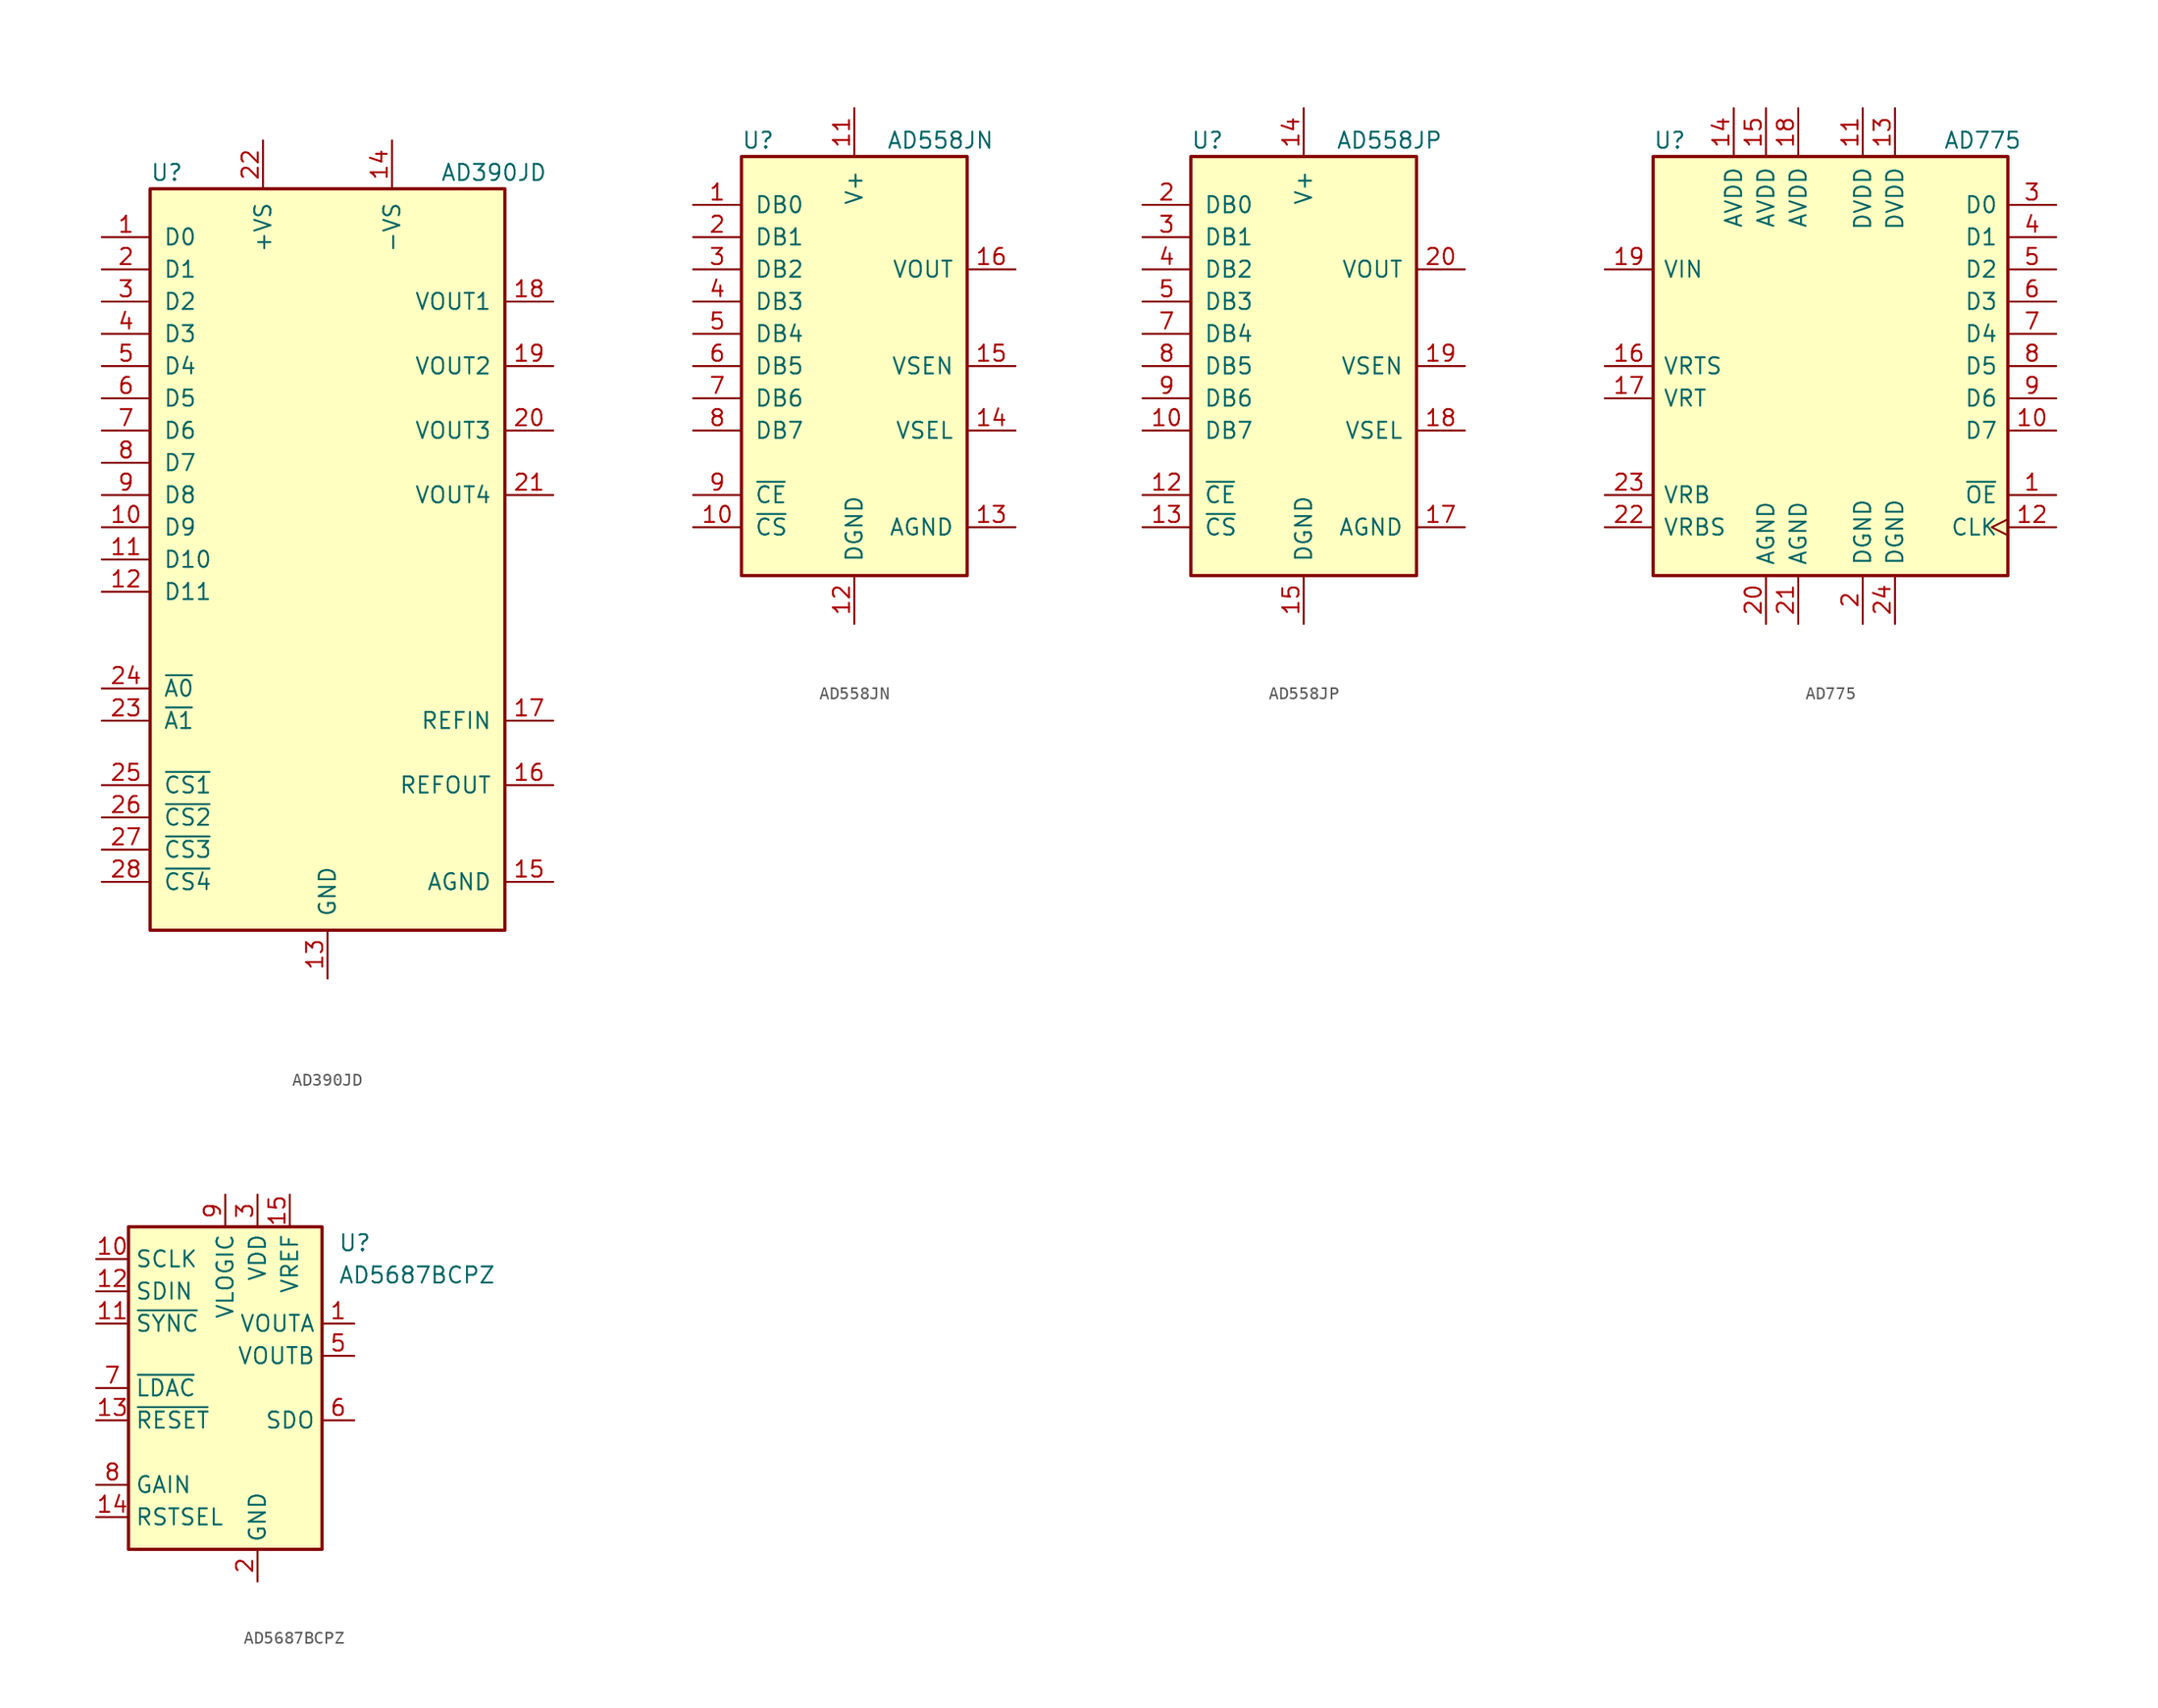
<source format=kicad_sym>
(kicad_symbol_lib
  (version 20211014)
  (generator kicad_symbol_editor)
  (symbol "AD390JD"
    (pin_names
      (offset 1.016))
    (property "Reference" "U"
      (at -13.97 30.48 0)
      (effects (font (size 1.27 1.27)) (justify left)))
    (property "Value" "AD390JD"
      (at 8.89 30.48 0)
      (effects (font (size 1.27 1.27)) (justify left)))
    (symbol "AD390JD_0_1"
      (rectangle (start -13.97 -29.21) (end 13.97 29.21) (stroke (width 0.254) (type default) (color 0 0 0 0)) (fill (type background))))
    (symbol "AD390JD_1_1"
      (pin input line (at -17.78 25.4 0) (length 3.81) (name "D0" (effects (font (size 1.27 1.27)))) (number "1" (effects (font (size 1.27 1.27)))))
      (pin input line (at -17.78 2.54 0) (length 3.81) (name "D9" (effects (font (size 1.27 1.27)))) (number "10" (effects (font (size 1.27 1.27)))))
      (pin input line (at -17.78 0 0) (length 3.81) (name "D10" (effects (font (size 1.27 1.27)))) (number "11" (effects (font (size 1.27 1.27)))))
      (pin input line (at -17.78 -2.54 0) (length 3.81) (name "D11" (effects (font (size 1.27 1.27)))) (number "12" (effects (font (size 1.27 1.27)))))
      (pin power_in line (at 0 -33.02 90) (length 3.81) (name "GND" (effects (font (size 1.27 1.27)))) (number "13" (effects (font (size 1.27 1.27)))))
      (pin power_in line (at 5.08 33.02 270) (length 3.81) (name "-VS" (effects (font (size 1.27 1.27)))) (number "14" (effects (font (size 1.27 1.27)))))
      (pin passive line (at 17.78 -25.4 180) (length 3.81) (name "AGND" (effects (font (size 1.27 1.27)))) (number "15" (effects (font (size 1.27 1.27)))))
      (pin passive line (at 17.78 -17.78 180) (length 3.81) (name "REFOUT" (effects (font (size 1.27 1.27)))) (number "16" (effects (font (size 1.27 1.27)))))
      (pin passive line (at 17.78 -12.7 180) (length 3.81) (name "REFIN" (effects (font (size 1.27 1.27)))) (number "17" (effects (font (size 1.27 1.27)))))
      (pin passive line (at 17.78 20.32 180) (length 3.81) (name "VOUT1" (effects (font (size 1.27 1.27)))) (number "18" (effects (font (size 1.27 1.27)))))
      (pin passive line (at 17.78 15.24 180) (length 3.81) (name "VOUT2" (effects (font (size 1.27 1.27)))) (number "19" (effects (font (size 1.27 1.27)))))
      (pin input line (at -17.78 22.86 0) (length 3.81) (name "D1" (effects (font (size 1.27 1.27)))) (number "2" (effects (font (size 1.27 1.27)))))
      (pin passive line (at 17.78 10.16 180) (length 3.81) (name "VOUT3" (effects (font (size 1.27 1.27)))) (number "20" (effects (font (size 1.27 1.27)))))
      (pin passive line (at 17.78 5.08 180) (length 3.81) (name "VOUT4" (effects (font (size 1.27 1.27)))) (number "21" (effects (font (size 1.27 1.27)))))
      (pin power_in line (at -5.08 33.02 270) (length 3.81) (name "+VS" (effects (font (size 1.27 1.27)))) (number "22" (effects (font (size 1.27 1.27)))))
      (pin input line (at -17.78 -12.7 0) (length 3.81) (name "~{A1}" (effects (font (size 1.27 1.27)))) (number "23" (effects (font (size 1.27 1.27)))))
      (pin input line (at -17.78 -10.16 0) (length 3.81) (name "~{A0}" (effects (font (size 1.27 1.27)))) (number "24" (effects (font (size 1.27 1.27)))))
      (pin input line (at -17.78 -17.78 0) (length 3.81) (name "~{CS1}" (effects (font (size 1.27 1.27)))) (number "25" (effects (font (size 1.27 1.27)))))
      (pin input line (at -17.78 -20.32 0) (length 3.81) (name "~{CS2}" (effects (font (size 1.27 1.27)))) (number "26" (effects (font (size 1.27 1.27)))))
      (pin input line (at -17.78 -22.86 0) (length 3.81) (name "~{CS3}" (effects (font (size 1.27 1.27)))) (number "27" (effects (font (size 1.27 1.27)))))
      (pin input line (at -17.78 -25.4 0) (length 3.81) (name "~{CS4}" (effects (font (size 1.27 1.27)))) (number "28" (effects (font (size 1.27 1.27)))))
      (pin input line (at -17.78 20.32 0) (length 3.81) (name "D2" (effects (font (size 1.27 1.27)))) (number "3" (effects (font (size 1.27 1.27)))))
      (pin input line (at -17.78 17.78 0) (length 3.81) (name "D3" (effects (font (size 1.27 1.27)))) (number "4" (effects (font (size 1.27 1.27)))))
      (pin input line (at -17.78 15.24 0) (length 3.81) (name "D4" (effects (font (size 1.27 1.27)))) (number "5" (effects (font (size 1.27 1.27)))))
      (pin input line (at -17.78 12.7 0) (length 3.81) (name "D5" (effects (font (size 1.27 1.27)))) (number "6" (effects (font (size 1.27 1.27)))))
      (pin input line (at -17.78 10.16 0) (length 3.81) (name "D6" (effects (font (size 1.27 1.27)))) (number "7" (effects (font (size 1.27 1.27)))))
      (pin input line (at -17.78 7.62 0) (length 3.81) (name "D7" (effects (font (size 1.27 1.27)))) (number "8" (effects (font (size 1.27 1.27)))))
      (pin input line (at -17.78 5.08 0) (length 3.81) (name "D8" (effects (font (size 1.27 1.27)))) (number "9" (effects (font (size 1.27 1.27)))))))
  (symbol "AD558JN"
    (pin_names
      (offset 1.016))
    (property "Reference" "U"
      (at -8.89 17.78 0)
      (effects (font (size 1.27 1.27)) (justify left)))
    (property "Value" "AD558JN"
      (at 2.54 17.78 0)
      (effects (font (size 1.27 1.27)) (justify left)))
    (symbol "AD558JN_0_1"
      (rectangle (start -8.89 -16.51) (end 8.89 16.51) (stroke (width 0.254) (type default) (color 0 0 0 0)) (fill (type background))))
    (symbol "AD558JN_1_1"
      (pin input line (at -12.7 12.7 0) (length 3.81) (name "DB0" (effects (font (size 1.27 1.27)))) (number "1" (effects (font (size 1.27 1.27)))))
      (pin input line (at -12.7 -12.7 0) (length 3.81) (name "~{CS}" (effects (font (size 1.27 1.27)))) (number "10" (effects (font (size 1.27 1.27)))))
      (pin power_in line (at 0 20.32 270) (length 3.81) (name "V+" (effects (font (size 1.27 1.27)))) (number "11" (effects (font (size 1.27 1.27)))))
      (pin power_in line (at 0 -20.32 90) (length 3.81) (name "DGND" (effects (font (size 1.27 1.27)))) (number "12" (effects (font (size 1.27 1.27)))))
      (pin power_in line (at 12.7 -12.7 180) (length 3.81) (name "AGND" (effects (font (size 1.27 1.27)))) (number "13" (effects (font (size 1.27 1.27)))))
      (pin input line (at 12.7 -5.08 180) (length 3.81) (name "VSEL" (effects (font (size 1.27 1.27)))) (number "14" (effects (font (size 1.27 1.27)))))
      (pin input line (at 12.7 0 180) (length 3.81) (name "VSEN" (effects (font (size 1.27 1.27)))) (number "15" (effects (font (size 1.27 1.27)))))
      (pin output line (at 12.7 7.62 180) (length 3.81) (name "VOUT" (effects (font (size 1.27 1.27)))) (number "16" (effects (font (size 1.27 1.27)))))
      (pin input line (at -12.7 10.16 0) (length 3.81) (name "DB1" (effects (font (size 1.27 1.27)))) (number "2" (effects (font (size 1.27 1.27)))))
      (pin input line (at -12.7 7.62 0) (length 3.81) (name "DB2" (effects (font (size 1.27 1.27)))) (number "3" (effects (font (size 1.27 1.27)))))
      (pin input line (at -12.7 5.08 0) (length 3.81) (name "DB3" (effects (font (size 1.27 1.27)))) (number "4" (effects (font (size 1.27 1.27)))))
      (pin input line (at -12.7 2.54 0) (length 3.81) (name "DB4" (effects (font (size 1.27 1.27)))) (number "5" (effects (font (size 1.27 1.27)))))
      (pin input line (at -12.7 0 0) (length 3.81) (name "DB5" (effects (font (size 1.27 1.27)))) (number "6" (effects (font (size 1.27 1.27)))))
      (pin input line (at -12.7 -2.54 0) (length 3.81) (name "DB6" (effects (font (size 1.27 1.27)))) (number "7" (effects (font (size 1.27 1.27)))))
      (pin input line (at -12.7 -5.08 0) (length 3.81) (name "DB7" (effects (font (size 1.27 1.27)))) (number "8" (effects (font (size 1.27 1.27)))))
      (pin input line (at -12.7 -10.16 0) (length 3.81) (name "~{CE}" (effects (font (size 1.27 1.27)))) (number "9" (effects (font (size 1.27 1.27)))))))
  (symbol "AD558JP"
    (pin_names
      (offset 1.016))
    (property "Reference" "U"
      (at -8.89 17.78 0)
      (effects (font (size 1.27 1.27)) (justify left)))
    (property "Value" "AD558JP"
      (at 2.54 17.78 0)
      (effects (font (size 1.27 1.27)) (justify left)))
    (symbol "AD558JP_0_1"
      (rectangle (start -8.89 -16.51) (end 8.89 16.51) (stroke (width 0.254) (type default) (color 0 0 0 0)) (fill (type background))))
    (symbol "AD558JP_1_1"
      (pin input line (at -12.7 -5.08 0) (length 3.81) (name "DB7" (effects (font (size 1.27 1.27)))) (number "10" (effects (font (size 1.27 1.27)))))
      (pin input line (at -12.7 -10.16 0) (length 3.81) (name "~{CE}" (effects (font (size 1.27 1.27)))) (number "12" (effects (font (size 1.27 1.27)))))
      (pin input line (at -12.7 -12.7 0) (length 3.81) (name "~{CS}" (effects (font (size 1.27 1.27)))) (number "13" (effects (font (size 1.27 1.27)))))
      (pin power_in line (at 0 20.32 270) (length 3.81) (name "V+" (effects (font (size 1.27 1.27)))) (number "14" (effects (font (size 1.27 1.27)))))
      (pin power_in line (at 0 -20.32 90) (length 3.81) (name "DGND" (effects (font (size 1.27 1.27)))) (number "15" (effects (font (size 1.27 1.27)))))
      (pin power_in line (at 12.7 -12.7 180) (length 3.81) (name "AGND" (effects (font (size 1.27 1.27)))) (number "17" (effects (font (size 1.27 1.27)))))
      (pin input line (at 12.7 -5.08 180) (length 3.81) (name "VSEL" (effects (font (size 1.27 1.27)))) (number "18" (effects (font (size 1.27 1.27)))))
      (pin input line (at 12.7 0 180) (length 3.81) (name "VSEN" (effects (font (size 1.27 1.27)))) (number "19" (effects (font (size 1.27 1.27)))))
      (pin input line (at -12.7 12.7 0) (length 3.81) (name "DB0" (effects (font (size 1.27 1.27)))) (number "2" (effects (font (size 1.27 1.27)))))
      (pin output line (at 12.7 7.62 180) (length 3.81) (name "VOUT" (effects (font (size 1.27 1.27)))) (number "20" (effects (font (size 1.27 1.27)))))
      (pin input line (at -12.7 10.16 0) (length 3.81) (name "DB1" (effects (font (size 1.27 1.27)))) (number "3" (effects (font (size 1.27 1.27)))))
      (pin input line (at -12.7 7.62 0) (length 3.81) (name "DB2" (effects (font (size 1.27 1.27)))) (number "4" (effects (font (size 1.27 1.27)))))
      (pin input line (at -12.7 5.08 0) (length 3.81) (name "DB3" (effects (font (size 1.27 1.27)))) (number "5" (effects (font (size 1.27 1.27)))))
      (pin input line (at -12.7 2.54 0) (length 3.81) (name "DB4" (effects (font (size 1.27 1.27)))) (number "7" (effects (font (size 1.27 1.27)))))
      (pin input line (at -12.7 0 0) (length 3.81) (name "DB5" (effects (font (size 1.27 1.27)))) (number "8" (effects (font (size 1.27 1.27)))))
      (pin input line (at -12.7 -2.54 0) (length 3.81) (name "DB6" (effects (font (size 1.27 1.27)))) (number "9" (effects (font (size 1.27 1.27)))))))
  (symbol "AD775"
    (pin_names
      (offset 0.762))
    (property "Reference" "U"
      (at -13.97 17.78 0)
      (effects (font (size 1.27 1.27)) (justify left)))
    (property "Value" "AD775"
      (at 8.89 17.78 0)
      (effects (font (size 1.27 1.27)) (justify left)))
    (symbol "AD775_0_1"
      (rectangle (start -13.97 -16.51) (end 13.97 16.51) (stroke (width 0.254) (type default) (color 0 0 0 0)) (fill (type background))))
    (symbol "AD775_1_1"
      (pin input line (at 17.78 -10.16 180) (length 3.81) (name "~{OE}" (effects (font (size 1.27 1.27)))) (number "1" (effects (font (size 1.27 1.27)))))
      (pin tri_state line (at 17.78 -5.08 180) (length 3.81) (name "D7" (effects (font (size 1.27 1.27)))) (number "10" (effects (font (size 1.27 1.27)))))
      (pin power_in line (at 2.54 20.32 270) (length 3.81) (name "DVDD" (effects (font (size 1.27 1.27)))) (number "11" (effects (font (size 1.27 1.27)))))
      (pin input clock (at 17.78 -12.7 180) (length 3.81) (name "CLK" (effects (font (size 1.27 1.27)))) (number "12" (effects (font (size 1.27 1.27)))))
      (pin power_in line (at 5.08 20.32 270) (length 3.81) (name "DVDD" (effects (font (size 1.27 1.27)))) (number "13" (effects (font (size 1.27 1.27)))))
      (pin power_in line (at -7.62 20.32 270) (length 3.81) (name "AVDD" (effects (font (size 1.27 1.27)))) (number "14" (effects (font (size 1.27 1.27)))))
      (pin power_in line (at -5.08 20.32 270) (length 3.81) (name "AVDD" (effects (font (size 1.27 1.27)))) (number "15" (effects (font (size 1.27 1.27)))))
      (pin input line (at -17.78 0 0) (length 3.81) (name "VRTS" (effects (font (size 1.27 1.27)))) (number "16" (effects (font (size 1.27 1.27)))))
      (pin input line (at -17.78 -2.54 0) (length 3.81) (name "VRT" (effects (font (size 1.27 1.27)))) (number "17" (effects (font (size 1.27 1.27)))))
      (pin power_in line (at -2.54 20.32 270) (length 3.81) (name "AVDD" (effects (font (size 1.27 1.27)))) (number "18" (effects (font (size 1.27 1.27)))))
      (pin input line (at -17.78 7.62 0) (length 3.81) (name "VIN" (effects (font (size 1.27 1.27)))) (number "19" (effects (font (size 1.27 1.27)))))
      (pin power_in line (at 2.54 -20.32 90) (length 3.81) (name "DGND" (effects (font (size 1.27 1.27)))) (number "2" (effects (font (size 1.27 1.27)))))
      (pin power_in line (at -5.08 -20.32 90) (length 3.81) (name "AGND" (effects (font (size 1.27 1.27)))) (number "20" (effects (font (size 1.27 1.27)))))
      (pin power_in line (at -2.54 -20.32 90) (length 3.81) (name "AGND" (effects (font (size 1.27 1.27)))) (number "21" (effects (font (size 1.27 1.27)))))
      (pin input line (at -17.78 -12.7 0) (length 3.81) (name "VRBS" (effects (font (size 1.27 1.27)))) (number "22" (effects (font (size 1.27 1.27)))))
      (pin input line (at -17.78 -10.16 0) (length 3.81) (name "VRB" (effects (font (size 1.27 1.27)))) (number "23" (effects (font (size 1.27 1.27)))))
      (pin power_in line (at 5.08 -20.32 90) (length 3.81) (name "DGND" (effects (font (size 1.27 1.27)))) (number "24" (effects (font (size 1.27 1.27)))))
      (pin tri_state line (at 17.78 12.7 180) (length 3.81) (name "D0" (effects (font (size 1.27 1.27)))) (number "3" (effects (font (size 1.27 1.27)))))
      (pin tri_state line (at 17.78 10.16 180) (length 3.81) (name "D1" (effects (font (size 1.27 1.27)))) (number "4" (effects (font (size 1.27 1.27)))))
      (pin tri_state line (at 17.78 7.62 180) (length 3.81) (name "D2" (effects (font (size 1.27 1.27)))) (number "5" (effects (font (size 1.27 1.27)))))
      (pin tri_state line (at 17.78 5.08 180) (length 3.81) (name "D3" (effects (font (size 1.27 1.27)))) (number "6" (effects (font (size 1.27 1.27)))))
      (pin tri_state line (at 17.78 2.54 180) (length 3.81) (name "D4" (effects (font (size 1.27 1.27)))) (number "7" (effects (font (size 1.27 1.27)))))
      (pin tri_state line (at 17.78 0 180) (length 3.81) (name "D5" (effects (font (size 1.27 1.27)))) (number "8" (effects (font (size 1.27 1.27)))))
      (pin tri_state line (at 17.78 -2.54 180) (length 3.81) (name "D6" (effects (font (size 1.27 1.27)))) (number "9" (effects (font (size 1.27 1.27)))))))
  (symbol "AD5687BCPZ"
    (property "Reference" "U"
      (at 8.89 11.43 0)
      (effects (font (size 1.27 1.27)) (justify left)))
    (property "Value" "AD5687BCPZ"
      (at 8.89 8.89 0)
      (effects (font (size 1.27 1.27)) (justify left)))
    (symbol "AD5687BCPZ_0_1"
      (rectangle (start -7.62 12.7) (end 7.62 -12.7) (stroke (width 0.254) (type default) (color 0 0 0 0)) (fill (type background))))
    (symbol "AD5687BCPZ_1_1"
      (pin output line (at 10.16 5.08 180) (length 2.54) (name "VOUTA" (effects (font (size 1.27 1.27)))) (number "1" (effects (font (size 1.27 1.27)))))
      (pin input line (at -10.16 10.16 0) (length 2.54) (name "SCLK" (effects (font (size 1.27 1.27)))) (number "10" (effects (font (size 1.27 1.27)))))
      (pin input line (at -10.16 5.08 0) (length 2.54) (name "~{SYNC}" (effects (font (size 1.27 1.27)))) (number "11" (effects (font (size 1.27 1.27)))))
      (pin input line (at -10.16 7.62 0) (length 2.54) (name "SDIN" (effects (font (size 1.27 1.27)))) (number "12" (effects (font (size 1.27 1.27)))))
      (pin input line (at -10.16 -2.54 0) (length 2.54) (name "~{RESET}" (effects (font (size 1.27 1.27)))) (number "13" (effects (font (size 1.27 1.27)))))
      (pin input line (at -10.16 -10.16 0) (length 2.54) (name "RSTSEL" (effects (font (size 1.27 1.27)))) (number "14" (effects (font (size 1.27 1.27)))))
      (pin power_in line (at 5.08 15.24 270) (length 2.54) (name "VREF" (effects (font (size 1.27 1.27)))) (number "15" (effects (font (size 1.27 1.27)))))
      (pin no_connect line (at 7.62 -5.08 180) (length 2.54) hide (name "NC" (effects (font (size 1.27 1.27)))) (number "16" (effects (font (size 1.27 1.27)))))
      (pin passive line (at 2.54 -15.24 90) (length 2.54) hide (name "GND" (effects (font (size 1.27 1.27)))) (number "17" (effects (font (size 1.27 1.27)))))
      (pin power_in line (at 2.54 -15.24 90) (length 2.54) (name "GND" (effects (font (size 1.27 1.27)))) (number "2" (effects (font (size 1.27 1.27)))))
      (pin power_in line (at 2.54 15.24 270) (length 2.54) (name "VDD" (effects (font (size 1.27 1.27)))) (number "3" (effects (font (size 1.27 1.27)))))
      (pin no_connect line (at 7.62 -7.62 180) (length 2.54) hide (name "NC" (effects (font (size 1.27 1.27)))) (number "4" (effects (font (size 1.27 1.27)))))
      (pin output line (at 10.16 2.54 180) (length 2.54) (name "VOUTB" (effects (font (size 1.27 1.27)))) (number "5" (effects (font (size 1.27 1.27)))))
      (pin output line (at 10.16 -2.54 180) (length 2.54) (name "SDO" (effects (font (size 1.27 1.27)))) (number "6" (effects (font (size 1.27 1.27)))))
      (pin input line (at -10.16 0 0) (length 2.54) (name "~{LDAC}" (effects (font (size 1.27 1.27)))) (number "7" (effects (font (size 1.27 1.27)))))
      (pin input line (at -10.16 -7.62 0) (length 2.54) (name "GAIN" (effects (font (size 1.27 1.27)))) (number "8" (effects (font (size 1.27 1.27)))))
      (pin power_in line (at 0 15.24 270) (length 2.54) (name "VLOGIC" (effects (font (size 1.27 1.27)))) (number "9" (effects (font (size 1.27 1.27))))))))
</source>
